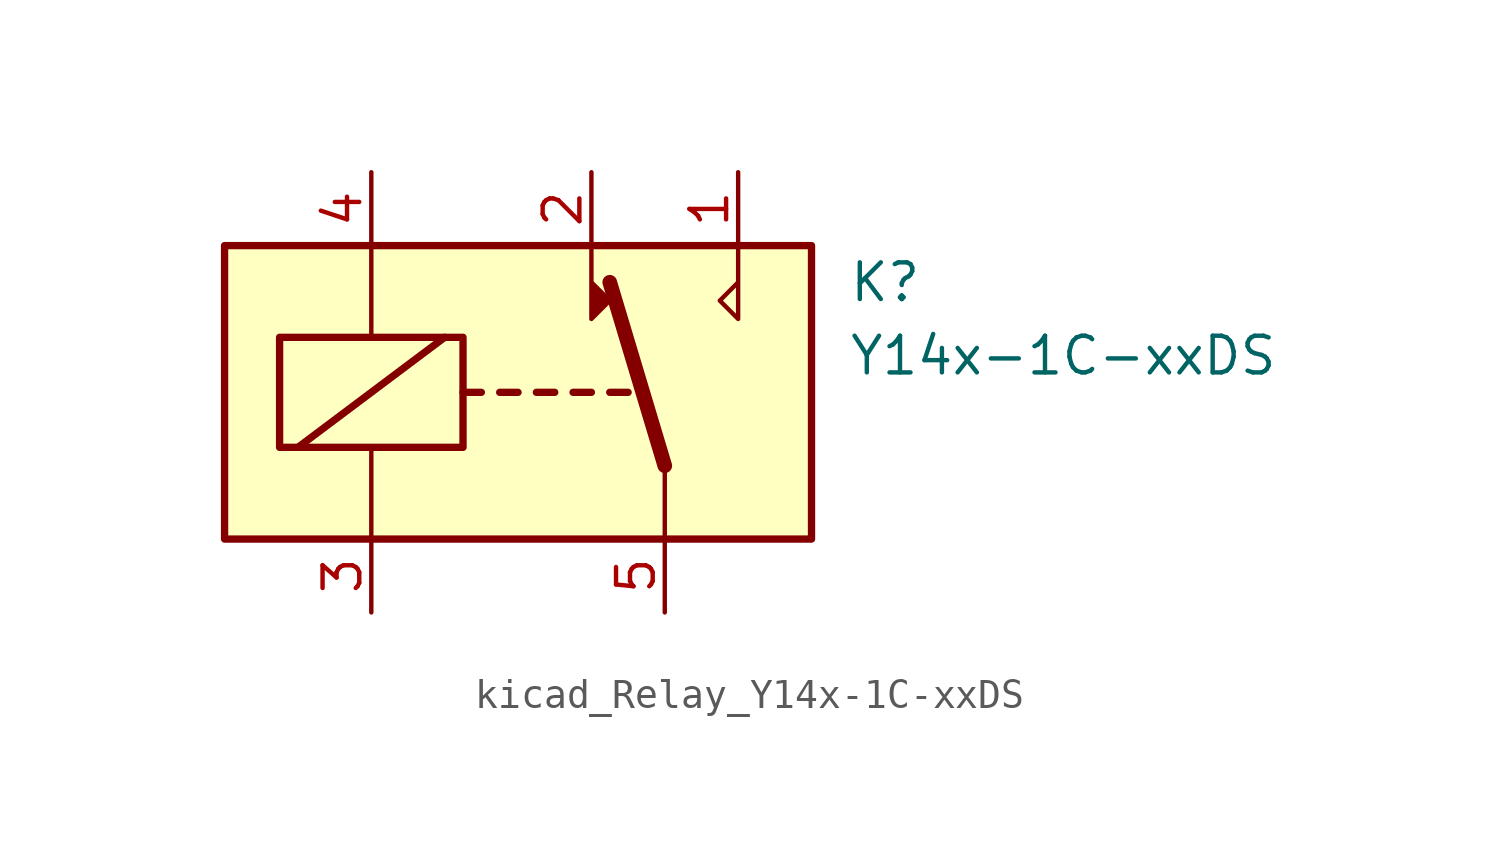
<source format=kicad_sym>
(kicad_symbol_lib
  (version 20220914)
  (generator kicad_symbol_editor)
  (symbol "kicad_Relay_Y14x-1C-xxDS"
    (property "Reference" "K"
      (at 11.43 3.81 0)
      (effects (font (size 1.27 1.27)) (justify left)))
    (property "Value" "Y14x-1C-xxDS"
      (at 11.43 1.27 0)
      (effects (font (size 1.27 1.27)) (justify left)))
    (symbol "kicad_Relay_Y14x-1C-xxDS_0_0"
      (polyline (pts (xy 7.62 5.08) (xy 7.62 2.54) (xy 6.985 3.175) (xy 7.62 3.81)) (stroke (width 0) (type default)) (fill (type none))))
    (symbol "kicad_Relay_Y14x-1C-xxDS_0_1"
      (rectangle (start -10.16 5.08) (end 10.16 -5.08) (stroke (width 0.254) (type default)) (fill (type background)))
      (rectangle (start -8.255 1.905) (end -1.905 -1.905) (stroke (width 0.254) (type default)) (fill (type none)))
      (polyline (pts (xy -7.62 -1.905) (xy -2.54 1.905)) (stroke (width 0.254) (type default)) (fill (type none)))
      (polyline (pts (xy -5.08 -5.08) (xy -5.08 -1.905)) (stroke (width 0) (type default)) (fill (type none)))
      (polyline (pts (xy -5.08 5.08) (xy -5.08 1.905)) (stroke (width 0) (type default)) (fill (type none)))
      (polyline (pts (xy -1.905 0) (xy -1.27 0)) (stroke (width 0.254) (type default)) (fill (type none)))
      (polyline (pts (xy -0.635 0) (xy 0 0)) (stroke (width 0.254) (type default)) (fill (type none)))
      (polyline (pts (xy 0.635 0) (xy 1.27 0)) (stroke (width 0.254) (type default)) (fill (type none)))
      (polyline (pts (xy 1.905 0) (xy 2.54 0)) (stroke (width 0.254) (type default)) (fill (type none)))
      (polyline (pts (xy 3.175 0) (xy 3.81 0)) (stroke (width 0.254) (type default)) (fill (type none)))
      (polyline (pts (xy 5.08 -2.54) (xy 3.175 3.81)) (stroke (width 0.508) (type default)) (fill (type none)))
      (polyline (pts (xy 5.08 -2.54) (xy 5.08 -5.08)) (stroke (width 0) (type default)) (fill (type none)))
      (polyline (pts (xy 2.54 5.08) (xy 2.54 2.54) (xy 3.175 3.175) (xy 2.54 3.81)) (stroke (width 0) (type default)) (fill (type outline))))
    (symbol "kicad_Relay_Y14x-1C-xxDS_1_1"
      (pin passive line (at 7.62 7.62 270) (length 2.54) (name "~" (effects (font (size 1.27 1.27)))) (number "1" (effects (font (size 1.27 1.27)))))
      (pin passive line (at 2.54 7.62 270) (length 2.54) (name "~" (effects (font (size 1.27 1.27)))) (number "2" (effects (font (size 1.27 1.27)))))
      (pin passive line (at -5.08 -7.62 90) (length 2.54) (name "~" (effects (font (size 1.27 1.27)))) (number "3" (effects (font (size 1.27 1.27)))))
      (pin passive line (at -5.08 7.62 270) (length 2.54) (name "~" (effects (font (size 1.27 1.27)))) (number "4" (effects (font (size 1.27 1.27)))))
      (pin passive line (at 5.08 -7.62 90) (length 2.54) (name "~" (effects (font (size 1.27 1.27)))) (number "5" (effects (font (size 1.27 1.27)))))
      (pin passive line (at 5.08 -7.62 90) (length 2.54) hide (name "~" (effects (font (size 1.27 1.27)))) (number "6" (effects (font (size 1.27 1.27))))))))
</source>
